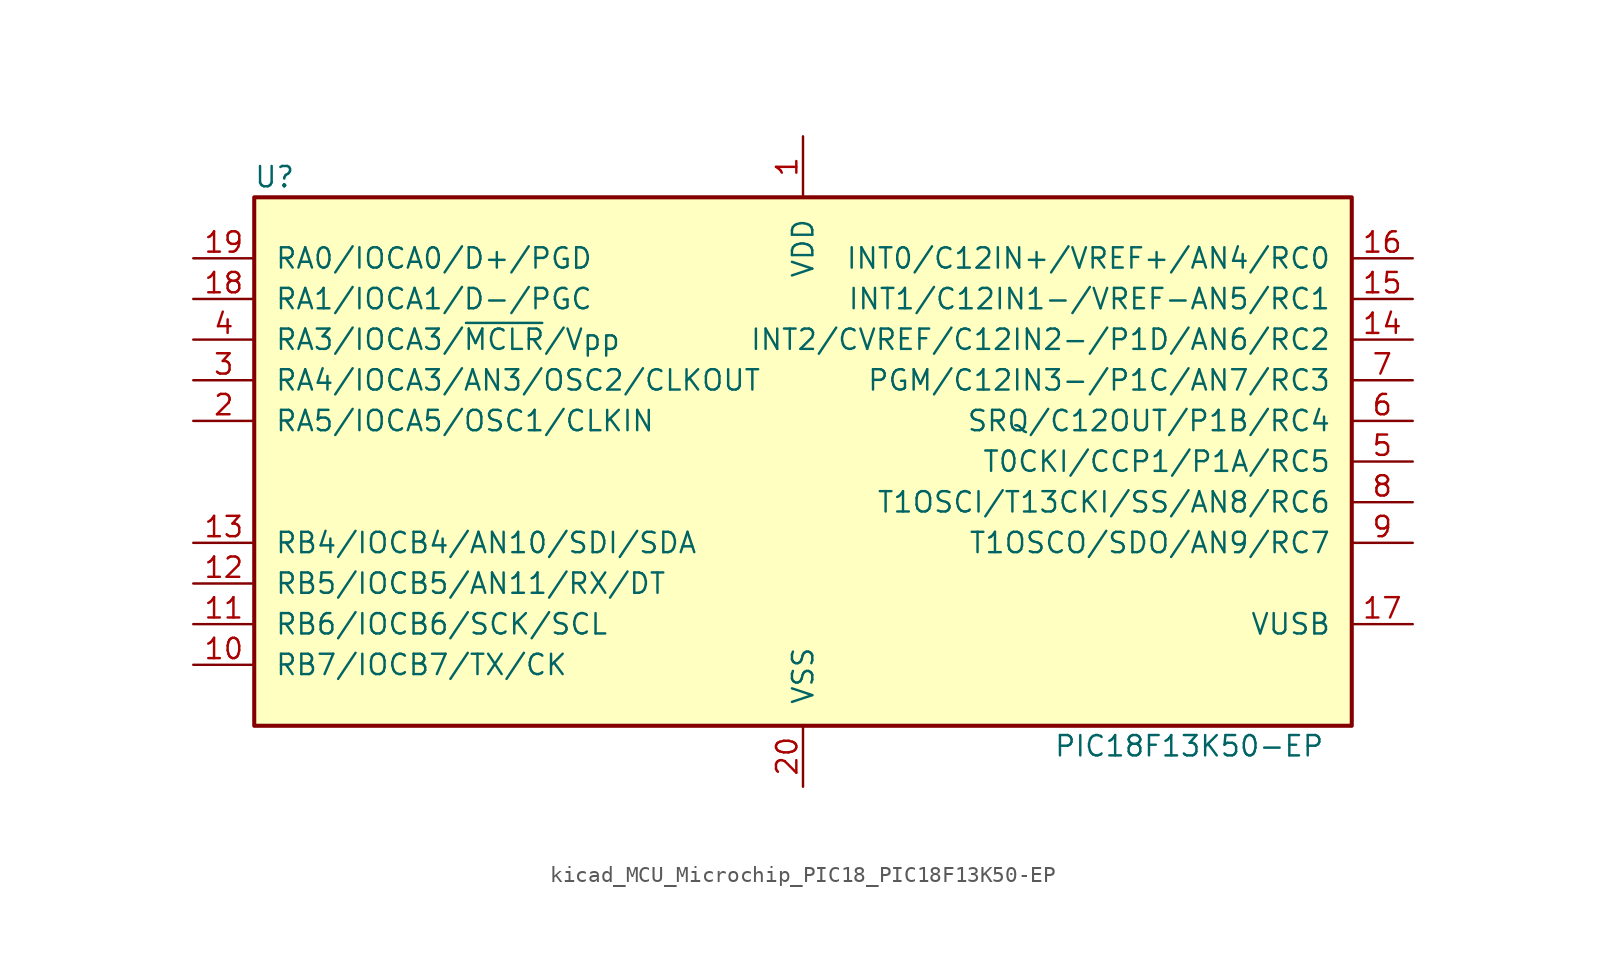
<source format=kicad_sym>
(kicad_symbol_lib
  (version 20220914)
  (generator kicad_symbol_editor)
  (symbol "kicad_MCU_Microchip_PIC18_PIC18F13K50-EP"
    (pin_names
      (offset 1.27))
    (property "Reference" "U"
      (at -33.02 17.78 0)
      (effects (font (size 1.27 1.27))))
    (property "Value" "PIC18F13K50-EP"
      (at 24.13 -17.78 0)
      (effects (font (size 1.27 1.27))))
    (symbol "kicad_MCU_Microchip_PIC18_PIC18F13K50-EP_0_1"
      (rectangle (start -34.29 16.51) (end 34.29 -16.51) (stroke (width 0.254) (type default)) (fill (type background))))
    (symbol "kicad_MCU_Microchip_PIC18_PIC18F13K50-EP_1_1"
      (pin power_in line (at 0 20.32 270) (length 3.81) (name "VDD" (effects (font (size 1.27 1.27)))) (number "1" (effects (font (size 1.27 1.27)))))
      (pin bidirectional line (at -38.1 -12.7 0) (length 3.81) (name "RB7/IOCB7/TX/CK" (effects (font (size 1.27 1.27)))) (number "10" (effects (font (size 1.27 1.27)))))
      (pin bidirectional line (at -38.1 -10.16 0) (length 3.81) (name "RB6/IOCB6/SCK/SCL" (effects (font (size 1.27 1.27)))) (number "11" (effects (font (size 1.27 1.27)))))
      (pin bidirectional line (at -38.1 -7.62 0) (length 3.81) (name "RB5/IOCB5/AN11/RX/DT" (effects (font (size 1.27 1.27)))) (number "12" (effects (font (size 1.27 1.27)))))
      (pin bidirectional line (at -38.1 -5.08 0) (length 3.81) (name "RB4/IOCB4/AN10/SDI/SDA" (effects (font (size 1.27 1.27)))) (number "13" (effects (font (size 1.27 1.27)))))
      (pin bidirectional line (at 38.1 7.62 180) (length 3.81) (name "INT2/CVREF/C12IN2-/P1D/AN6/RC2" (effects (font (size 1.27 1.27)))) (number "14" (effects (font (size 1.27 1.27)))))
      (pin bidirectional line (at 38.1 10.16 180) (length 3.81) (name "INT1/C12IN1-/VREF-AN5/RC1" (effects (font (size 1.27 1.27)))) (number "15" (effects (font (size 1.27 1.27)))))
      (pin bidirectional line (at 38.1 12.7 180) (length 3.81) (name "INT0/C12IN+/VREF+/AN4/RC0" (effects (font (size 1.27 1.27)))) (number "16" (effects (font (size 1.27 1.27)))))
      (pin passive line (at 38.1 -10.16 180) (length 3.81) (name "VUSB" (effects (font (size 1.27 1.27)))) (number "17" (effects (font (size 1.27 1.27)))))
      (pin bidirectional line (at -38.1 10.16 0) (length 3.81) (name "RA1/IOCA1/D-/PGC" (effects (font (size 1.27 1.27)))) (number "18" (effects (font (size 1.27 1.27)))))
      (pin bidirectional line (at -38.1 12.7 0) (length 3.81) (name "RA0/IOCA0/D+/PGD" (effects (font (size 1.27 1.27)))) (number "19" (effects (font (size 1.27 1.27)))))
      (pin bidirectional line (at -38.1 2.54 0) (length 3.81) (name "RA5/IOCA5/OSC1/CLKIN" (effects (font (size 1.27 1.27)))) (number "2" (effects (font (size 1.27 1.27)))))
      (pin power_in line (at 0 -20.32 90) (length 3.81) (name "VSS" (effects (font (size 1.27 1.27)))) (number "20" (effects (font (size 1.27 1.27)))))
      (pin bidirectional line (at -38.1 5.08 0) (length 3.81) (name "RA4/IOCA3/AN3/OSC2/CLKOUT" (effects (font (size 1.27 1.27)))) (number "3" (effects (font (size 1.27 1.27)))))
      (pin input line (at -38.1 7.62 0) (length 3.81) (name "RA3/IOCA3/~{MCLR}/Vpp" (effects (font (size 1.27 1.27)))) (number "4" (effects (font (size 1.27 1.27)))))
      (pin bidirectional line (at 38.1 0 180) (length 3.81) (name "T0CKI/CCP1/P1A/RC5" (effects (font (size 1.27 1.27)))) (number "5" (effects (font (size 1.27 1.27)))))
      (pin bidirectional line (at 38.1 2.54 180) (length 3.81) (name "SRQ/C12OUT/P1B/RC4" (effects (font (size 1.27 1.27)))) (number "6" (effects (font (size 1.27 1.27)))))
      (pin bidirectional line (at 38.1 5.08 180) (length 3.81) (name "PGM/C12IN3-/P1C/AN7/RC3" (effects (font (size 1.27 1.27)))) (number "7" (effects (font (size 1.27 1.27)))))
      (pin bidirectional line (at 38.1 -2.54 180) (length 3.81) (name "T1OSCI/T13CKI/SS/AN8/RC6" (effects (font (size 1.27 1.27)))) (number "8" (effects (font (size 1.27 1.27)))))
      (pin bidirectional line (at 38.1 -5.08 180) (length 3.81) (name "T1OSCO/SDO/AN9/RC7" (effects (font (size 1.27 1.27)))) (number "9" (effects (font (size 1.27 1.27))))))))
</source>
